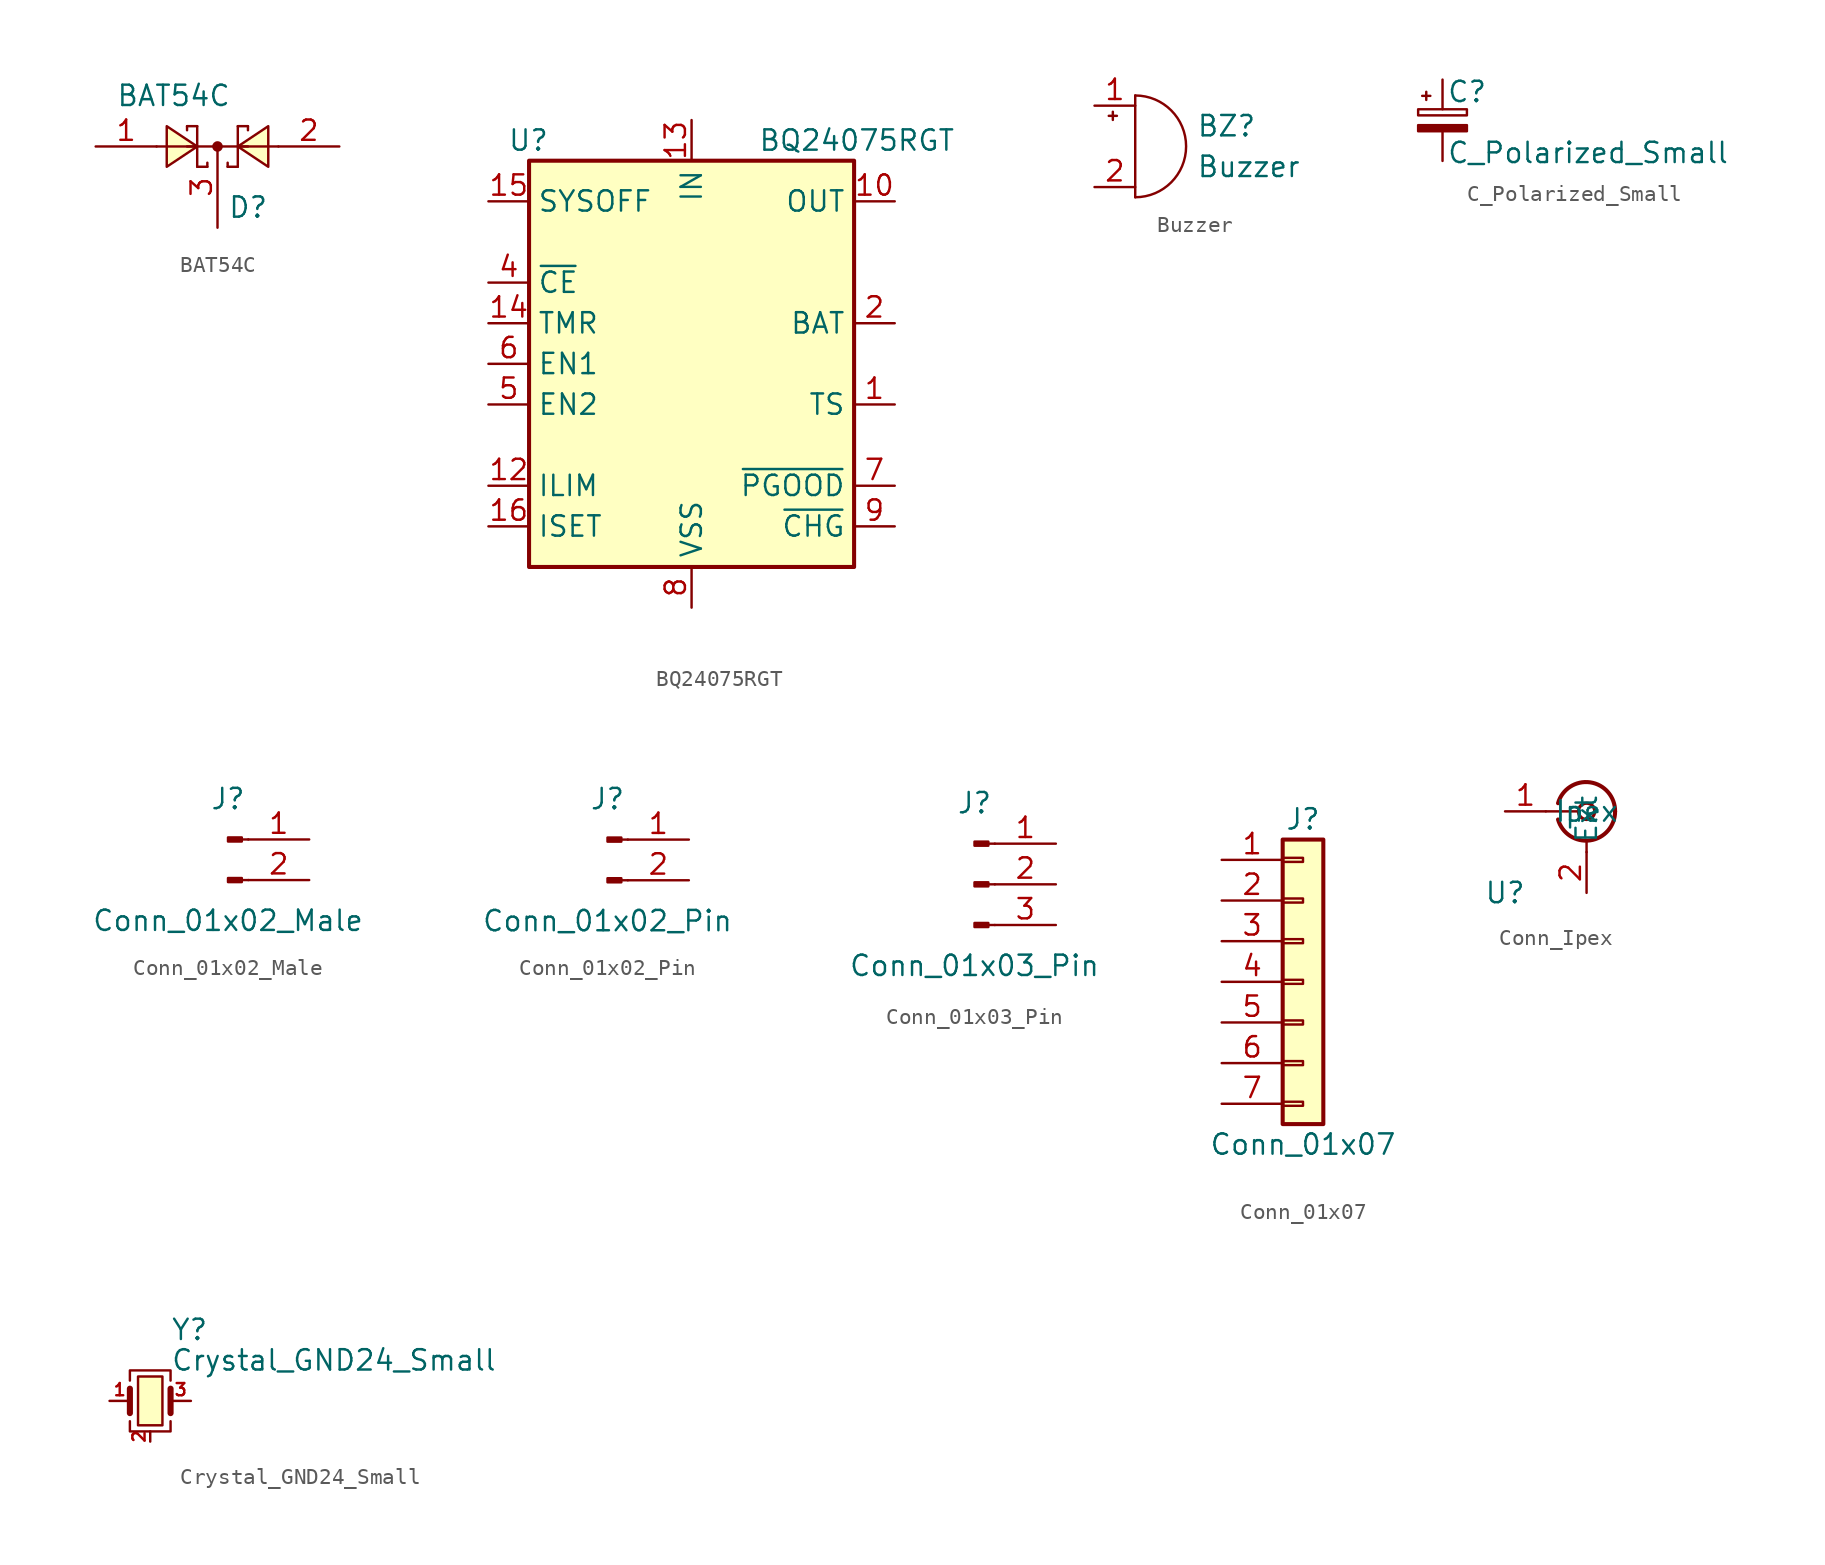
<source format=kicad_sym>
(kicad_symbol_lib
  (version 20220914)
  (generator kicad_symbol_editor)
  (symbol "BAT54C"
    (pin_names
      (offset 1.016))
    (property "Reference" "D"
      (at 0.635 -3.81 0)
      (effects (font (size 1.27 1.27)) (justify left)))
    (property "Value" "BAT54C"
      (at -6.35 3.175 0)
      (effects (font (size 1.27 1.27)) (justify left)))
    (symbol "BAT54C_0_1"
      (polyline (pts (xy -1.905 0) (xy 1.905 0)) (stroke (width 0) (type default)) (fill (type none)))
      (polyline (pts (xy -1.905 1.27) (xy -1.905 1.016)) (stroke (width 0) (type default)) (fill (type none)))
      (polyline (pts (xy -1.27 -1.27) (xy -0.635 -1.27)) (stroke (width 0) (type default)) (fill (type none)))
      (polyline (pts (xy -1.27 0) (xy -3.81 0)) (stroke (width 0) (type default)) (fill (type none)))
      (polyline (pts (xy -1.27 1.27) (xy -1.905 1.27)) (stroke (width 0) (type default)) (fill (type none)))
      (polyline (pts (xy -1.27 1.27) (xy -1.27 -1.27)) (stroke (width 0) (type default)) (fill (type none)))
      (polyline (pts (xy -0.635 -1.27) (xy -0.635 -1.016)) (stroke (width 0) (type default)) (fill (type none)))
      (polyline (pts (xy 0.635 -1.27) (xy 0.635 -1.016)) (stroke (width 0) (type default)) (fill (type none)))
      (polyline (pts (xy 1.27 -1.27) (xy 0.635 -1.27)) (stroke (width 0) (type default)) (fill (type none)))
      (polyline (pts (xy 1.27 1.27) (xy 1.27 -1.27)) (stroke (width 0) (type default)) (fill (type none)))
      (polyline (pts (xy 1.27 1.27) (xy 1.905 1.27)) (stroke (width 0) (type default)) (fill (type none)))
      (polyline (pts (xy 1.905 1.27) (xy 1.905 1.016)) (stroke (width 0) (type default)) (fill (type none)))
      (polyline (pts (xy 3.81 0) (xy 1.27 0)) (stroke (width 0) (type default)) (fill (type none)))
      (circle (center 0 0) (radius 0.254) (stroke (width 0) (type default)) (fill (type outline))))
    (symbol "BAT54C_1_1"
      (polyline (pts (xy -3.175 -1.27) (xy -3.175 1.27) (xy -1.27 0) (xy -3.175 -1.27)) (stroke (width 0) (type default)) (fill (type background)))
      (polyline (pts (xy 3.175 -1.27) (xy 3.175 1.27) (xy 1.27 0) (xy 3.175 -1.27)) (stroke (width 0) (type default)) (fill (type background)))
      (pin passive line (at -7.62 0 0) (length 3.81) (name "~" (effects (font (size 1.27 1.27)))) (number "1" (effects (font (size 1.27 1.27)))))
      (pin passive line (at 7.62 0 180) (length 3.81) (name "~" (effects (font (size 1.27 1.27)))) (number "2" (effects (font (size 1.27 1.27)))))
      (pin passive line (at 0 -5.08 90) (length 5.08) (name "~" (effects (font (size 1.27 1.27)))) (number "3" (effects (font (size 1.27 1.27)))))))
  (symbol "BQ24075RGT"
    (property "Reference" "U"
      (at -8.89 13.97 0)
      (effects (font (size 1.27 1.27)) (justify right)))
    (property "Value" "BQ24075RGT"
      (at 16.51 13.97 0)
      (effects (font (size 1.27 1.27)) (justify right)))
    (symbol "BQ24075RGT_0_1"
      (rectangle (start -10.16 12.7) (end 10.16 -12.7) (stroke (width 0.254) (type default)) (fill (type background))))
    (symbol "BQ24075RGT_1_1"
      (pin passive line (at 12.7 -2.54 180) (length 2.54) (name "TS" (effects (font (size 1.27 1.27)))) (number "1" (effects (font (size 1.27 1.27)))))
      (pin power_out line (at 12.7 10.16 180) (length 2.54) (name "OUT" (effects (font (size 1.27 1.27)))) (number "10" (effects (font (size 1.27 1.27)))))
      (pin passive line (at 12.7 10.16 180) (length 2.54) hide (name "OUT" (effects (font (size 1.27 1.27)))) (number "11" (effects (font (size 1.27 1.27)))))
      (pin passive line (at -12.7 -7.62 0) (length 2.54) (name "ILIM" (effects (font (size 1.27 1.27)))) (number "12" (effects (font (size 1.27 1.27)))))
      (pin power_in line (at 0 15.24 270) (length 2.54) (name "IN" (effects (font (size 1.27 1.27)))) (number "13" (effects (font (size 1.27 1.27)))))
      (pin input line (at -12.7 2.54 0) (length 2.54) (name "TMR" (effects (font (size 1.27 1.27)))) (number "14" (effects (font (size 1.27 1.27)))))
      (pin input line (at -12.7 10.16 0) (length 2.54) (name "SYSOFF" (effects (font (size 1.27 1.27)))) (number "15" (effects (font (size 1.27 1.27)))))
      (pin passive line (at -12.7 -10.16 0) (length 2.54) (name "ISET" (effects (font (size 1.27 1.27)))) (number "16" (effects (font (size 1.27 1.27)))))
      (pin passive line (at 0 -15.24 90) (length 2.54) hide (name "VSS" (effects (font (size 1.27 1.27)))) (number "17" (effects (font (size 1.27 1.27)))))
      (pin power_out line (at 12.7 2.54 180) (length 2.54) (name "BAT" (effects (font (size 1.27 1.27)))) (number "2" (effects (font (size 1.27 1.27)))))
      (pin passive line (at 12.7 2.54 180) (length 2.54) hide (name "BAT" (effects (font (size 1.27 1.27)))) (number "3" (effects (font (size 1.27 1.27)))))
      (pin input line (at -12.7 5.08 0) (length 2.54) (name "~{CE}" (effects (font (size 1.27 1.27)))) (number "4" (effects (font (size 1.27 1.27)))))
      (pin input line (at -12.7 -2.54 0) (length 2.54) (name "EN2" (effects (font (size 1.27 1.27)))) (number "5" (effects (font (size 1.27 1.27)))))
      (pin input line (at -12.7 0 0) (length 2.54) (name "EN1" (effects (font (size 1.27 1.27)))) (number "6" (effects (font (size 1.27 1.27)))))
      (pin open_collector line (at 12.7 -7.62 180) (length 2.54) (name "~{PGOOD}" (effects (font (size 1.27 1.27)))) (number "7" (effects (font (size 1.27 1.27)))))
      (pin power_in line (at 0 -15.24 90) (length 2.54) (name "VSS" (effects (font (size 1.27 1.27)))) (number "8" (effects (font (size 1.27 1.27)))))
      (pin open_collector line (at 12.7 -10.16 180) (length 2.54) (name "~{CHG}" (effects (font (size 1.27 1.27)))) (number "9" (effects (font (size 1.27 1.27)))))))
  (symbol "Buzzer"
    (pin_names
      (offset 0.025) hide)
    (property "Reference" "BZ"
      (at 3.81 1.27 0)
      (effects (font (size 1.27 1.27)) (justify left)))
    (property "Value" "Buzzer"
      (at 3.81 -1.27 0)
      (effects (font (size 1.27 1.27)) (justify left)))
    (symbol "Buzzer_0_1"
      (arc (start 0 -3.175) (mid 3.1612 0) (end 0 3.175) (stroke (width 0) (type default)) (fill (type none)))
      (polyline (pts (xy -1.651 1.905) (xy -1.143 1.905)) (stroke (width 0) (type default)) (fill (type none)))
      (polyline (pts (xy -1.397 2.159) (xy -1.397 1.651)) (stroke (width 0) (type default)) (fill (type none)))
      (polyline (pts (xy 0 3.175) (xy 0 -3.175)) (stroke (width 0) (type default)) (fill (type none))))
    (symbol "Buzzer_1_1"
      (pin passive line (at -2.54 2.54 0) (length 2.54) (name "-" (effects (font (size 1.27 1.27)))) (number "1" (effects (font (size 1.27 1.27)))))
      (pin passive line (at -2.54 -2.54 0) (length 2.54) (name "+" (effects (font (size 1.27 1.27)))) (number "2" (effects (font (size 1.27 1.27)))))))
  (symbol "C_Polarized_Small"
    (pin_numbers hide)
    (pin_names
      (offset 0.254) hide)
    (property "Reference" "C"
      (at 0.254 1.778 0)
      (effects (font (size 1.27 1.27)) (justify left)))
    (property "Value" "C_Polarized_Small"
      (at 0.254 -2.032 0)
      (effects (font (size 1.27 1.27)) (justify left)))
    (symbol "C_Polarized_Small_0_1"
      (rectangle (start -1.524 -0.305) (end 1.524 -0.686) (stroke (width 0) (type default)) (fill (type outline)))
      (rectangle (start -1.524 0.686) (end 1.524 0.305) (stroke (width 0) (type default)) (fill (type none)))
      (polyline (pts (xy -1.27 1.524) (xy -0.762 1.524)) (stroke (width 0) (type default)) (fill (type none)))
      (polyline (pts (xy -1.016 1.27) (xy -1.016 1.778)) (stroke (width 0) (type default)) (fill (type none))))
    (symbol "C_Polarized_Small_1_1"
      (pin passive line (at 0 2.54 270) (length 1.854) (name "~" (effects (font (size 1.27 1.27)))) (number "1" (effects (font (size 1.27 1.27)))))
      (pin passive line (at 0 -2.54 90) (length 1.854) (name "~" (effects (font (size 1.27 1.27)))) (number "2" (effects (font (size 1.27 1.27)))))))
  (symbol "Conn_01x02_Male"
    (pin_names
      (offset 1.016) hide)
    (property "Reference" "J"
      (at 0 2.54 0)
      (effects (font (size 1.27 1.27))))
    (property "Value" "Conn_01x02_Male"
      (at 0 -5.08 0)
      (effects (font (size 1.27 1.27))))
    (symbol "Conn_01x02_Male_1_1"
      (polyline (pts (xy 1.27 -2.54) (xy 0.864 -2.54)) (stroke (width 0.152) (type default)) (fill (type none)))
      (polyline (pts (xy 1.27 0) (xy 0.864 0)) (stroke (width 0.152) (type default)) (fill (type none)))
      (rectangle (start 0.864 -2.413) (end 0 -2.667) (stroke (width 0.152) (type default)) (fill (type outline)))
      (rectangle (start 0.864 0.127) (end 0 -0.127) (stroke (width 0.152) (type default)) (fill (type outline)))
      (pin passive line (at 5.08 0 180) (length 3.81) (name "Pin_1" (effects (font (size 1.27 1.27)))) (number "1" (effects (font (size 1.27 1.27)))))
      (pin passive line (at 5.08 -2.54 180) (length 3.81) (name "Pin_2" (effects (font (size 1.27 1.27)))) (number "2" (effects (font (size 1.27 1.27)))))))
  (symbol "Conn_01x02_Pin"
    (pin_names
      (offset 1.016) hide)
    (property "Reference" "J"
      (at 0 2.54 0)
      (effects (font (size 1.27 1.27))))
    (property "Value" "Conn_01x02_Pin"
      (at 0 -5.08 0)
      (effects (font (size 1.27 1.27))))
    (property "ki_locked" ""
      (at 0 0 0)
      (effects (font (size 1.27 1.27))))
    (symbol "Conn_01x02_Pin_1_1"
      (polyline (pts (xy 1.27 -2.54) (xy 0.864 -2.54)) (stroke (width 0.152) (type default)) (fill (type none)))
      (polyline (pts (xy 1.27 0) (xy 0.864 0)) (stroke (width 0.152) (type default)) (fill (type none)))
      (rectangle (start 0.864 -2.413) (end 0 -2.667) (stroke (width 0.152) (type default)) (fill (type outline)))
      (rectangle (start 0.864 0.127) (end 0 -0.127) (stroke (width 0.152) (type default)) (fill (type outline)))
      (pin passive line (at 5.08 0 180) (length 3.81) (name "Pin_1" (effects (font (size 1.27 1.27)))) (number "1" (effects (font (size 1.27 1.27)))))
      (pin passive line (at 5.08 -2.54 180) (length 3.81) (name "Pin_2" (effects (font (size 1.27 1.27)))) (number "2" (effects (font (size 1.27 1.27)))))))
  (symbol "Conn_01x03_Pin"
    (pin_names
      (offset 1.016) hide)
    (property "Reference" "J"
      (at 0 5.08 0)
      (effects (font (size 1.27 1.27))))
    (property "Value" "Conn_01x03_Pin"
      (at 0 -5.08 0)
      (effects (font (size 1.27 1.27))))
    (property "ki_locked" ""
      (at 0 0 0)
      (effects (font (size 1.27 1.27))))
    (symbol "Conn_01x03_Pin_1_1"
      (polyline (pts (xy 1.27 -2.54) (xy 0.864 -2.54)) (stroke (width 0.152) (type default)) (fill (type none)))
      (polyline (pts (xy 1.27 0) (xy 0.864 0)) (stroke (width 0.152) (type default)) (fill (type none)))
      (polyline (pts (xy 1.27 2.54) (xy 0.864 2.54)) (stroke (width 0.152) (type default)) (fill (type none)))
      (rectangle (start 0.864 -2.413) (end 0 -2.667) (stroke (width 0.152) (type default)) (fill (type outline)))
      (rectangle (start 0.864 0.127) (end 0 -0.127) (stroke (width 0.152) (type default)) (fill (type outline)))
      (rectangle (start 0.864 2.667) (end 0 2.413) (stroke (width 0.152) (type default)) (fill (type outline)))
      (pin passive line (at 5.08 2.54 180) (length 3.81) (name "Pin_1" (effects (font (size 1.27 1.27)))) (number "1" (effects (font (size 1.27 1.27)))))
      (pin passive line (at 5.08 0 180) (length 3.81) (name "Pin_2" (effects (font (size 1.27 1.27)))) (number "2" (effects (font (size 1.27 1.27)))))
      (pin passive line (at 5.08 -2.54 180) (length 3.81) (name "Pin_3" (effects (font (size 1.27 1.27)))) (number "3" (effects (font (size 1.27 1.27)))))))
  (symbol "Conn_01x07"
    (pin_names
      (offset 1.016) hide)
    (property "Reference" "J"
      (at 0 10.16 0)
      (effects (font (size 1.27 1.27))))
    (property "Value" "Conn_01x07"
      (at 0 -10.16 0)
      (effects (font (size 1.27 1.27))))
    (symbol "Conn_01x07_1_1"
      (rectangle (start -1.27 -7.493) (end 0 -7.747) (stroke (width 0.152) (type default)) (fill (type none)))
      (rectangle (start -1.27 -4.953) (end 0 -5.207) (stroke (width 0.152) (type default)) (fill (type none)))
      (rectangle (start -1.27 -2.413) (end 0 -2.667) (stroke (width 0.152) (type default)) (fill (type none)))
      (rectangle (start -1.27 0.127) (end 0 -0.127) (stroke (width 0.152) (type default)) (fill (type none)))
      (rectangle (start -1.27 2.667) (end 0 2.413) (stroke (width 0.152) (type default)) (fill (type none)))
      (rectangle (start -1.27 5.207) (end 0 4.953) (stroke (width 0.152) (type default)) (fill (type none)))
      (rectangle (start -1.27 7.747) (end 0 7.493) (stroke (width 0.152) (type default)) (fill (type none)))
      (rectangle (start -1.27 8.89) (end 1.27 -8.89) (stroke (width 0.254) (type default)) (fill (type background)))
      (pin passive line (at -5.08 7.62 0) (length 3.81) (name "Pin_1" (effects (font (size 1.27 1.27)))) (number "1" (effects (font (size 1.27 1.27)))))
      (pin passive line (at -5.08 5.08 0) (length 3.81) (name "Pin_2" (effects (font (size 1.27 1.27)))) (number "2" (effects (font (size 1.27 1.27)))))
      (pin passive line (at -5.08 2.54 0) (length 3.81) (name "Pin_3" (effects (font (size 1.27 1.27)))) (number "3" (effects (font (size 1.27 1.27)))))
      (pin passive line (at -5.08 0 0) (length 3.81) (name "Pin_4" (effects (font (size 1.27 1.27)))) (number "4" (effects (font (size 1.27 1.27)))))
      (pin passive line (at -5.08 -2.54 0) (length 3.81) (name "Pin_5" (effects (font (size 1.27 1.27)))) (number "5" (effects (font (size 1.27 1.27)))))
      (pin passive line (at -5.08 -5.08 0) (length 3.81) (name "Pin_6" (effects (font (size 1.27 1.27)))) (number "6" (effects (font (size 1.27 1.27)))))
      (pin passive line (at -5.08 -7.62 0) (length 3.81) (name "Pin_7" (effects (font (size 1.27 1.27)))) (number "7" (effects (font (size 1.27 1.27)))))))
  (symbol "Conn_Ipex"
    (property "Reference" "U"
      (at -5.08 -5.08 0)
      (effects (font (size 1.27 1.27))))
    (property "Value" "Ipex"
      (at 0 0 0)
      (effects (font (size 1.27 1.27))))
    (symbol "Conn_Ipex_0_1"
      (arc (start -1.778 -0.508) (mid 0.222 -1.808) (end 1.778 0) (stroke (width 0.254) (type default)) (fill (type none)))
      (polyline (pts (xy -2.54 0) (xy -0.508 0)) (stroke (width 0) (type default)) (fill (type none)))
      (polyline (pts (xy 0 -2.54) (xy 0 -1.778)) (stroke (width 0) (type default)) (fill (type none)))
      (circle (center 0 0) (radius 0.508) (stroke (width 0.203) (type default)) (fill (type none)))
      (arc (start 1.778 0) (mid 0.222 1.8083) (end -1.778 0.508) (stroke (width 0.254) (type default)) (fill (type none))))
    (symbol "Conn_Ipex_1_1"
      (pin passive line (at -5.08 0 0) (length 2.54) (name "In" (effects (font (size 1.27 1.27)))) (number "1" (effects (font (size 1.27 1.27)))))
      (pin passive line (at 0 -5.08 90) (length 2.54) (name "Ext" (effects (font (size 1.27 1.27)))) (number "2" (effects (font (size 1.27 1.27)))))))
  (symbol "Crystal_GND24_Small"
    (pin_names
      (offset 1.016) hide)
    (property "Reference" "Y"
      (at 1.27 4.445 0)
      (effects (font (size 1.27 1.27)) (justify left)))
    (property "Value" "Crystal_GND24_Small"
      (at 1.27 2.54 0)
      (effects (font (size 1.27 1.27)) (justify left)))
    (symbol "Crystal_GND24_Small_0_1"
      (polyline (pts (xy -1.27 -0.762) (xy -1.27 0.762)) (stroke (width 0.381) (type default)) (fill (type none)))
      (polyline (pts (xy 1.27 -0.762) (xy 1.27 0.762)) (stroke (width 0.381) (type default)) (fill (type none)))
      (polyline (pts (xy -1.27 -1.27) (xy -1.27 -1.905) (xy 1.27 -1.905) (xy 1.27 -1.27)) (stroke (width 0) (type default)) (fill (type none)))
      (polyline (pts (xy -1.27 1.27) (xy -1.27 1.905) (xy 1.27 1.905) (xy 1.27 1.27)) (stroke (width 0) (type default)) (fill (type none))))
    (symbol "Crystal_GND24_Small_1_1"
      (rectangle (start -0.762 1.524) (end 0.762 -1.524) (stroke (width 0) (type default)) (fill (type background)))
      (pin passive line (at -2.54 0 0) (length 1.27) (name "1" (effects (font (size 1.27 1.27)))) (number "1" (effects (font (size 0.762 0.762)))))
      (pin passive line (at 0 -2.54 90) (length 0.635) (name "2" (effects (font (size 1.27 1.27)))) (number "2" (effects (font (size 0.762 0.762)))))
      (pin passive line (at 2.54 0 180) (length 1.27) (name "3" (effects (font (size 1.27 1.27)))) (number "3" (effects (font (size 0.762 0.762)))))
      (pin passive line (at 0 -2.54 90) (length 0.635) hide (name "4" (effects (font (size 1.27 1.27)))) (number "4" (effects (font (size 0.762 0.762))))))))
</source>
